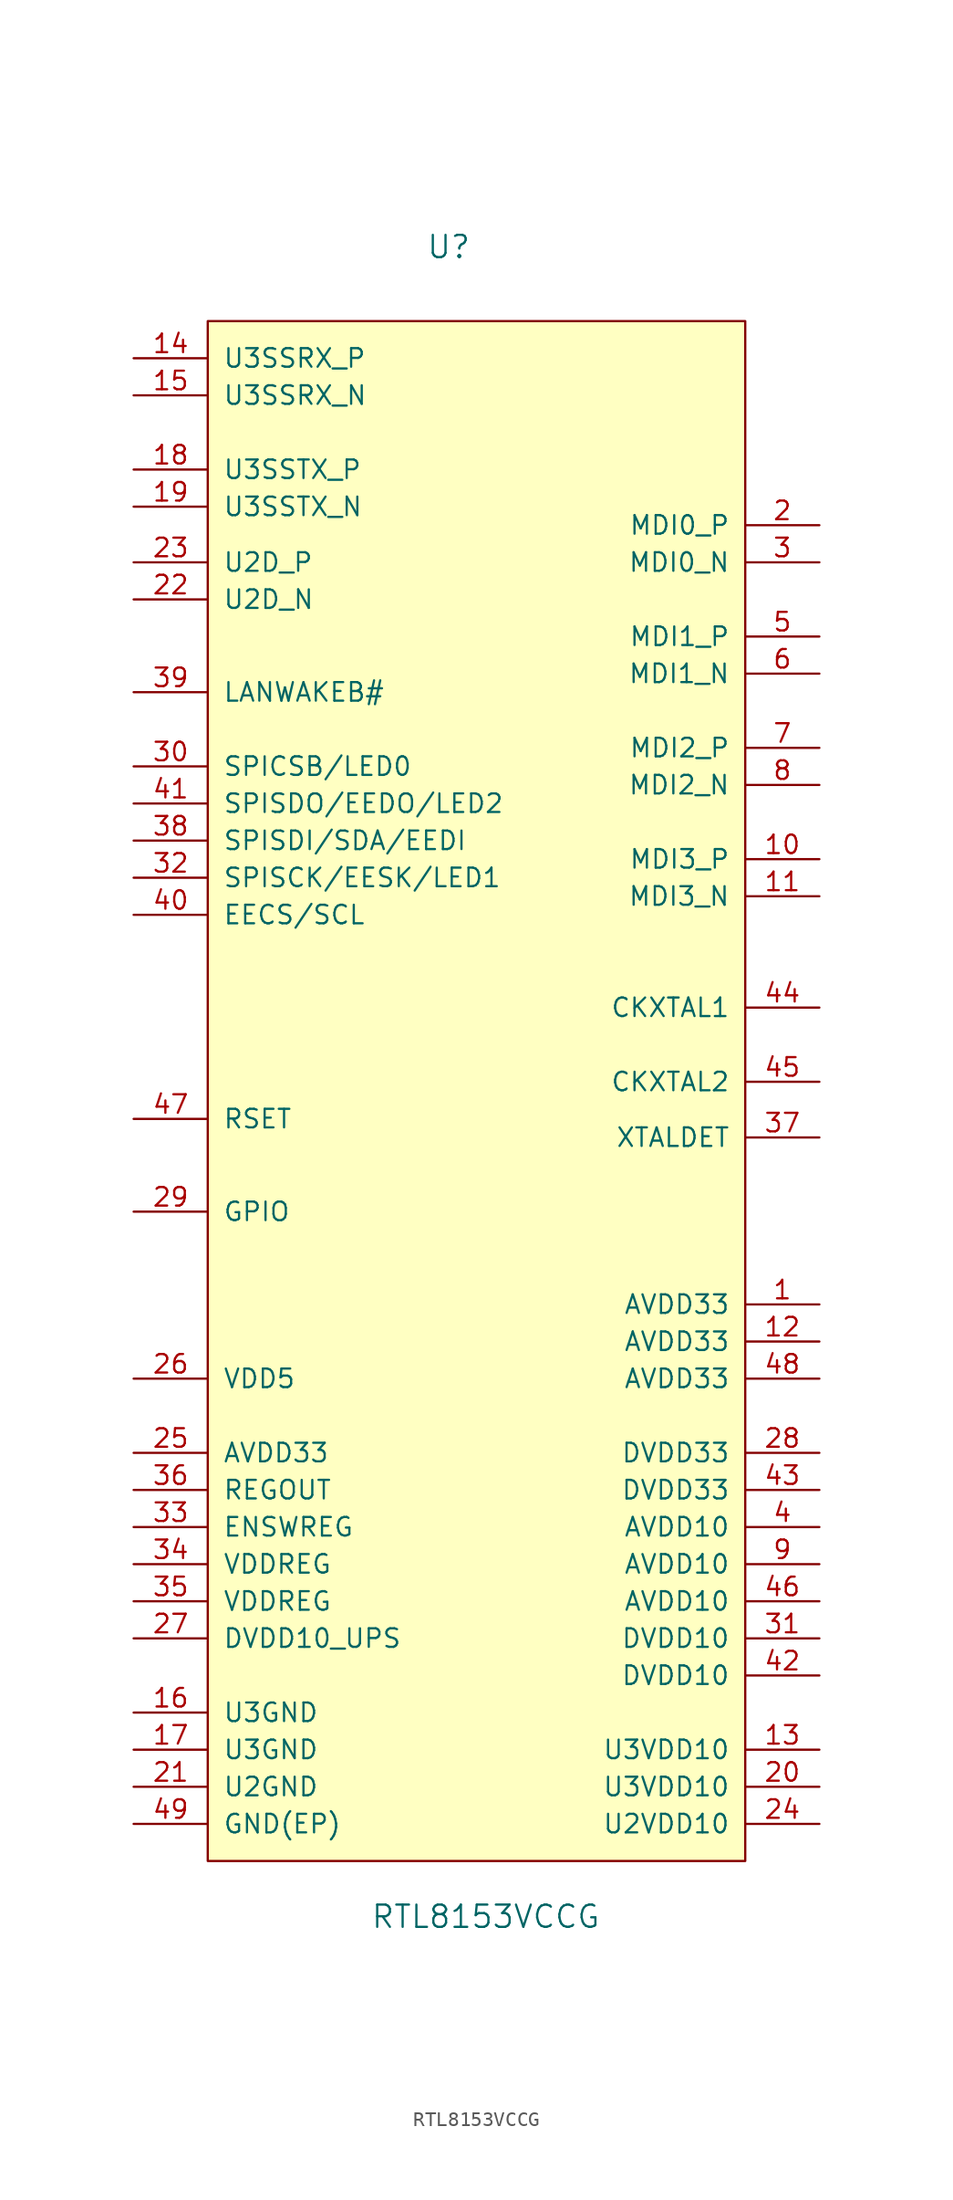
<source format=kicad_sym>
(kicad_symbol_lib
  (version 20220914)
  (generator kicad_symbol_editor)
  (symbol "RTL8153VCCG"
    (pin_names
      (offset 1.016))
    (property "Reference" "U"
      (at -2.54 58.42 0)
      (effects (font (size 1.524 1.524))))
    (property "Value" "RTL8153VCCG"
      (at 0 -55.88 0)
      (effects (font (size 1.524 1.524))))
    (symbol "RTL8153VCCG_1_1"
      (rectangle (start -19.05 53.34) (end 17.78 -52.07) (stroke (width 0) (type solid)) (fill (type background)))
      (pin power_in line (at 22.86 -13.97 180) (length 5.08) (name "AVDD33" (effects (font (size 1.27 1.27)))) (number "1" (effects (font (size 1.27 1.27)))))
      (pin bidirectional line (at 22.86 16.51 180) (length 5.08) (name "MDI3_P" (effects (font (size 1.27 1.27)))) (number "10" (effects (font (size 1.27 1.27)))))
      (pin bidirectional line (at 22.86 13.97 180) (length 5.08) (name "MDI3_N" (effects (font (size 1.27 1.27)))) (number "11" (effects (font (size 1.27 1.27)))))
      (pin power_in line (at 22.86 -16.51 180) (length 5.08) (name "AVDD33" (effects (font (size 1.27 1.27)))) (number "12" (effects (font (size 1.27 1.27)))))
      (pin power_in line (at 22.86 -44.45 180) (length 5.08) (name "U3VDD10" (effects (font (size 1.27 1.27)))) (number "13" (effects (font (size 1.27 1.27)))))
      (pin input line (at -24.13 50.8 0) (length 5.08) (name "U3SSRX_P" (effects (font (size 1.27 1.27)))) (number "14" (effects (font (size 1.27 1.27)))))
      (pin input line (at -24.13 48.26 0) (length 5.08) (name "U3SSRX_N" (effects (font (size 1.27 1.27)))) (number "15" (effects (font (size 1.27 1.27)))))
      (pin power_in line (at -24.13 -41.91 0) (length 5.08) (name "U3GND" (effects (font (size 1.27 1.27)))) (number "16" (effects (font (size 1.27 1.27)))))
      (pin power_in line (at -24.13 -44.45 0) (length 5.08) (name "U3GND" (effects (font (size 1.27 1.27)))) (number "17" (effects (font (size 1.27 1.27)))))
      (pin output line (at -24.13 43.18 0) (length 5.08) (name "U3SSTX_P" (effects (font (size 1.27 1.27)))) (number "18" (effects (font (size 1.27 1.27)))))
      (pin output line (at -24.13 40.64 0) (length 5.08) (name "U3SSTX_N" (effects (font (size 1.27 1.27)))) (number "19" (effects (font (size 1.27 1.27)))))
      (pin bidirectional line (at 22.86 39.37 180) (length 5.08) (name "MDI0_P" (effects (font (size 1.27 1.27)))) (number "2" (effects (font (size 1.27 1.27)))))
      (pin power_in line (at 22.86 -46.99 180) (length 5.08) (name "U3VDD10" (effects (font (size 1.27 1.27)))) (number "20" (effects (font (size 1.27 1.27)))))
      (pin power_in line (at -24.13 -46.99 0) (length 5.08) (name "U2GND" (effects (font (size 1.27 1.27)))) (number "21" (effects (font (size 1.27 1.27)))))
      (pin bidirectional line (at -24.13 34.29 0) (length 5.08) (name "U2D_N" (effects (font (size 1.27 1.27)))) (number "22" (effects (font (size 1.27 1.27)))))
      (pin bidirectional line (at -24.13 36.83 0) (length 5.08) (name "U2D_P" (effects (font (size 1.27 1.27)))) (number "23" (effects (font (size 1.27 1.27)))))
      (pin power_in line (at 22.86 -49.53 180) (length 5.08) (name "U2VDD10" (effects (font (size 1.27 1.27)))) (number "24" (effects (font (size 1.27 1.27)))))
      (pin power_out line (at -24.13 -24.13 0) (length 5.08) (name "AVDD33" (effects (font (size 1.27 1.27)))) (number "25" (effects (font (size 1.27 1.27)))))
      (pin power_in line (at -24.13 -19.05 0) (length 5.08) (name "VDD5" (effects (font (size 1.27 1.27)))) (number "26" (effects (font (size 1.27 1.27)))))
      (pin power_out line (at -24.13 -36.83 0) (length 5.08) (name "DVDD10_UPS" (effects (font (size 1.27 1.27)))) (number "27" (effects (font (size 1.27 1.27)))))
      (pin power_in line (at 22.86 -24.13 180) (length 5.08) (name "DVDD33" (effects (font (size 1.27 1.27)))) (number "28" (effects (font (size 1.27 1.27)))))
      (pin bidirectional line (at -24.13 -7.62 0) (length 5.08) (name "GPIO" (effects (font (size 1.27 1.27)))) (number "29" (effects (font (size 1.27 1.27)))))
      (pin bidirectional line (at 22.86 36.83 180) (length 5.08) (name "MDI0_N" (effects (font (size 1.27 1.27)))) (number "3" (effects (font (size 1.27 1.27)))))
      (pin output line (at -24.13 22.86 0) (length 5.08) (name "SPICSB/LED0" (effects (font (size 1.27 1.27)))) (number "30" (effects (font (size 1.27 1.27)))))
      (pin power_in line (at 22.86 -36.83 180) (length 5.08) (name "DVDD10" (effects (font (size 1.27 1.27)))) (number "31" (effects (font (size 1.27 1.27)))))
      (pin output line (at -24.13 15.24 0) (length 5.08) (name "SPISCK/EESK/LED1" (effects (font (size 1.27 1.27)))) (number "32" (effects (font (size 1.27 1.27)))))
      (pin input line (at -24.13 -29.21 0) (length 5.08) (name "ENSWREG" (effects (font (size 1.27 1.27)))) (number "33" (effects (font (size 1.27 1.27)))))
      (pin power_in line (at -24.13 -31.75 0) (length 5.08) (name "VDDREG" (effects (font (size 1.27 1.27)))) (number "34" (effects (font (size 1.27 1.27)))))
      (pin power_in line (at -24.13 -34.29 0) (length 5.08) (name "VDDREG" (effects (font (size 1.27 1.27)))) (number "35" (effects (font (size 1.27 1.27)))))
      (pin power_out line (at -24.13 -26.67 0) (length 5.08) (name "REGOUT" (effects (font (size 1.27 1.27)))) (number "36" (effects (font (size 1.27 1.27)))))
      (pin input line (at 22.86 -2.54 180) (length 5.08) (name "XTALDET" (effects (font (size 1.27 1.27)))) (number "37" (effects (font (size 1.27 1.27)))))
      (pin output line (at -24.13 17.78 0) (length 5.08) (name "SPISDI/SDA/EEDI" (effects (font (size 1.27 1.27)))) (number "38" (effects (font (size 1.27 1.27)))))
      (pin output line (at -24.13 27.94 0) (length 5.08) (name "LANWAKEB#" (effects (font (size 1.27 1.27)))) (number "39" (effects (font (size 1.27 1.27)))))
      (pin power_in line (at 22.86 -29.21 180) (length 5.08) (name "AVDD10" (effects (font (size 1.27 1.27)))) (number "4" (effects (font (size 1.27 1.27)))))
      (pin output line (at -24.13 12.7 0) (length 5.08) (name "EECS/SCL" (effects (font (size 1.27 1.27)))) (number "40" (effects (font (size 1.27 1.27)))))
      (pin input line (at -24.13 20.32 0) (length 5.08) (name "SPISDO/EEDO/LED2" (effects (font (size 1.27 1.27)))) (number "41" (effects (font (size 1.27 1.27)))))
      (pin power_in line (at 22.86 -39.37 180) (length 5.08) (name "DVDD10" (effects (font (size 1.27 1.27)))) (number "42" (effects (font (size 1.27 1.27)))))
      (pin power_in line (at 22.86 -26.67 180) (length 5.08) (name "DVDD33" (effects (font (size 1.27 1.27)))) (number "43" (effects (font (size 1.27 1.27)))))
      (pin input line (at 22.86 6.35 180) (length 5.08) (name "CKXTAL1" (effects (font (size 1.27 1.27)))) (number "44" (effects (font (size 1.27 1.27)))))
      (pin bidirectional line (at 22.86 1.27 180) (length 5.08) (name "CKXTAL2" (effects (font (size 1.27 1.27)))) (number "45" (effects (font (size 1.27 1.27)))))
      (pin power_in line (at 22.86 -34.29 180) (length 5.08) (name "AVDD10" (effects (font (size 1.27 1.27)))) (number "46" (effects (font (size 1.27 1.27)))))
      (pin passive line (at -24.13 -1.27 0) (length 5.08) (name "RSET" (effects (font (size 1.27 1.27)))) (number "47" (effects (font (size 1.27 1.27)))))
      (pin power_in line (at 22.86 -19.05 180) (length 5.08) (name "AVDD33" (effects (font (size 1.27 1.27)))) (number "48" (effects (font (size 1.27 1.27)))))
      (pin power_in line (at -24.13 -49.53 0) (length 5.08) (name "GND(EP)" (effects (font (size 1.27 1.27)))) (number "49" (effects (font (size 1.27 1.27)))))
      (pin bidirectional line (at 22.86 31.75 180) (length 5.08) (name "MDI1_P" (effects (font (size 1.27 1.27)))) (number "5" (effects (font (size 1.27 1.27)))))
      (pin bidirectional line (at 22.86 29.21 180) (length 5.08) (name "MDI1_N" (effects (font (size 1.27 1.27)))) (number "6" (effects (font (size 1.27 1.27)))))
      (pin bidirectional line (at 22.86 24.13 180) (length 5.08) (name "MDI2_P" (effects (font (size 1.27 1.27)))) (number "7" (effects (font (size 1.27 1.27)))))
      (pin bidirectional line (at 22.86 21.59 180) (length 5.08) (name "MDI2_N" (effects (font (size 1.27 1.27)))) (number "8" (effects (font (size 1.27 1.27)))))
      (pin power_in line (at 22.86 -31.75 180) (length 5.08) (name "AVDD10" (effects (font (size 1.27 1.27)))) (number "9" (effects (font (size 1.27 1.27))))))))
</source>
